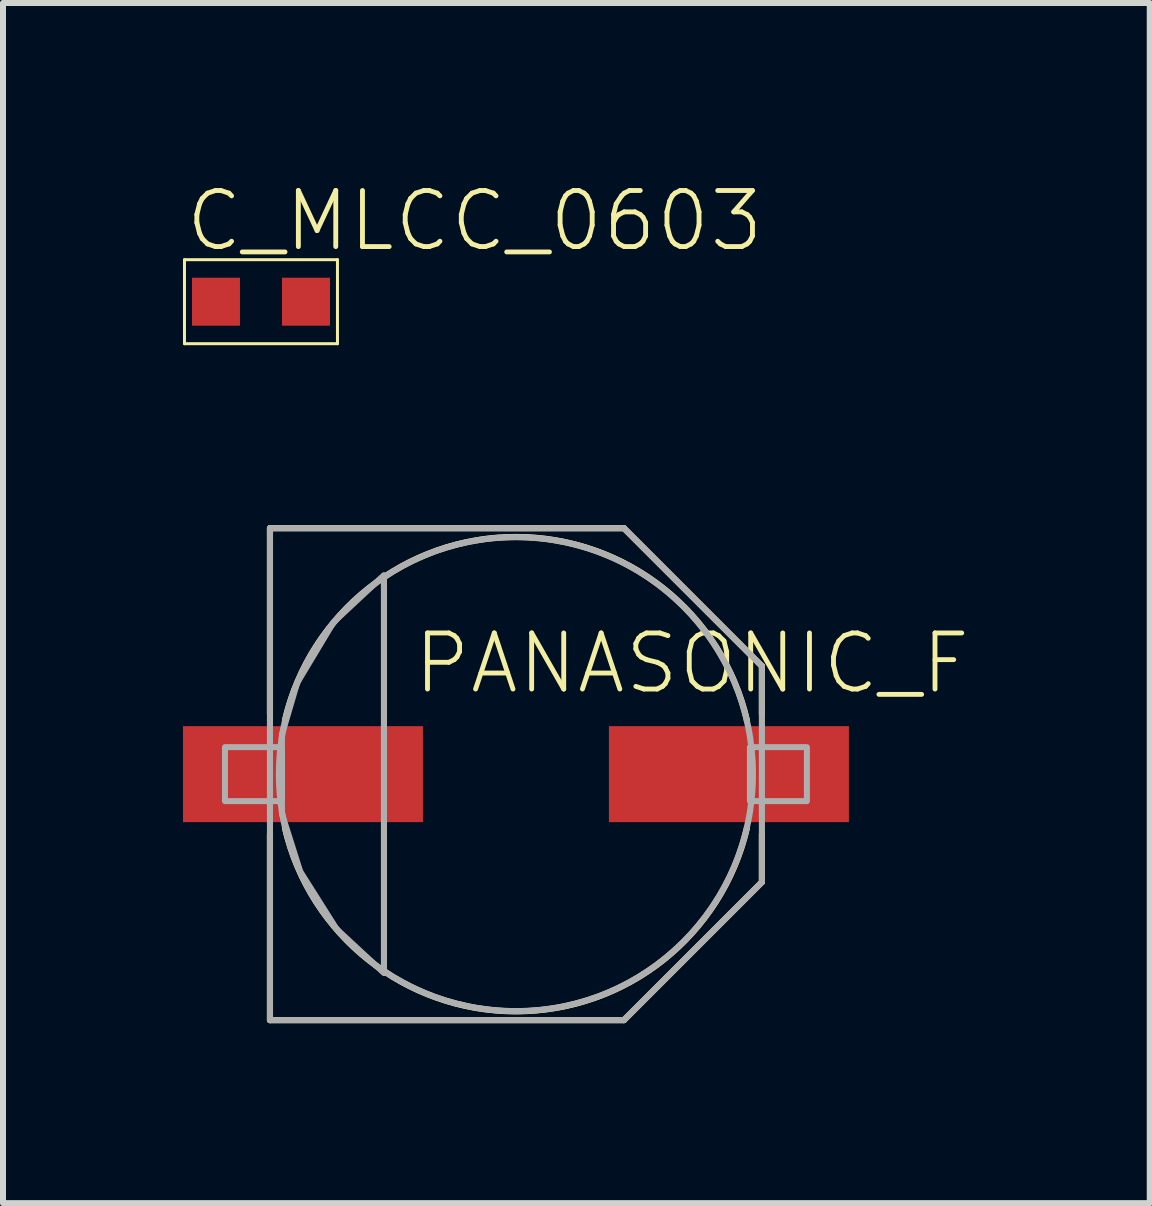
<source format=kicad_pcb>
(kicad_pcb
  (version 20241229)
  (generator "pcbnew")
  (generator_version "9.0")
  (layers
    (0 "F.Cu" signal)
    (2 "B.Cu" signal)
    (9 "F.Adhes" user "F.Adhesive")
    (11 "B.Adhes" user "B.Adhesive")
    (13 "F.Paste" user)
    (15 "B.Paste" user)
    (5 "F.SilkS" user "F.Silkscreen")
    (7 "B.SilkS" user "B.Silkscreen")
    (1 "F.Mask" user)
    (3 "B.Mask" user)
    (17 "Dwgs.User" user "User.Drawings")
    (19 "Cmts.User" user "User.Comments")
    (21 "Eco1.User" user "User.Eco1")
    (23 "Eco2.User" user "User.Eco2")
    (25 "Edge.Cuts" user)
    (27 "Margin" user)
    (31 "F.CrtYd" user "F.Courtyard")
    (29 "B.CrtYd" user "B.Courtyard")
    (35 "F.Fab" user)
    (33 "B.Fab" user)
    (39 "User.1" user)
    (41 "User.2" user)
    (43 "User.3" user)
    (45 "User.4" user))
  (footprint "PANASONIC_F"
    (layer "F.Cu")
    (at 5.55 9.854)
    (property "Reference" "PANASONIC_F" (at -1.75 -1.3 0) (layer "F.SilkS") (effects (font (size 0.935 0.935) (thickness 0.081)) (justify left bottom)))
    (fp_line (start -4.1 -4.1) (end 1.8 -4.1) (stroke (width 0.102) (type solid)) (layer "F.SilkS"))
    (fp_line (start -4.1 -1) (end -4.1 -4.1) (stroke (width 0.102) (type solid)) (layer "F.SilkS"))
    (fp_line (start -4.1 4.1) (end -4.1 1) (stroke (width 0.102) (type solid)) (layer "F.SilkS"))
    (fp_line (start 1.8 -4.1) (end 4.1 -1.8) (stroke (width 0.102) (type solid)) (layer "F.SilkS"))
    (fp_line (start 1.8 4.1) (end -4.1 4.1) (stroke (width 0.102) (type solid)) (layer "F.SilkS"))
    (fp_line (start 4.1 -1.8) (end 4.1 -1) (stroke (width 0.102) (type solid)) (layer "F.SilkS"))
    (fp_line (start 4.1 1) (end 4.1 1.8) (stroke (width 0.102) (type solid)) (layer "F.SilkS"))
    (fp_line (start 4.1 1.8) (end 1.8 4.1) (stroke (width 0.102) (type solid)) (layer "F.SilkS"))
    (fp_arc (start -3.85 -0.9) (mid 0 -3.953796) (end 3.85 -0.9) (stroke (width 0.1016) (type solid)) (layer "F.SilkS"))
    (fp_arc (start 3.85 0.9) (mid 0 3.953796) (end -3.85 0.9) (stroke (width 0.1016) (type solid)) (layer "F.SilkS"))
    (fp_line (start -4.1 -4.1) (end 1.8 -4.1) (stroke (width 0.102) (type solid)) (layer "F.Fab"))
    (fp_line (start -4.1 4.1) (end -4.1 -4.1) (stroke (width 0.102) (type solid)) (layer "F.Fab"))
    (fp_line (start -2.2 -3.25) (end -2.2 3.25) (stroke (width 0.102) (type solid)) (layer "F.Fab"))
    (fp_line (start 1.8 -4.1) (end 4.1 -1.8) (stroke (width 0.102) (type solid)) (layer "F.Fab"))
    (fp_line (start 1.8 4.1) (end -4.1 4.1) (stroke (width 0.102) (type solid)) (layer "F.Fab"))
    (fp_line (start 4.1 -1.8) (end 4.1 1.8) (stroke (width 0.102) (type solid)) (layer "F.Fab"))
    (fp_line (start 4.1 1.8) (end 1.8 4.1) (stroke (width 0.102) (type solid)) (layer "F.Fab"))
    (fp_circle (center 0 0) (end 3.95 0) (stroke (width 0.102) (type solid)) (fill no) (layer "F.Fab"))
    (fp_circle (center 0 0) (end 4 0) (stroke (width 0.001) (type solid)) (fill no) (layer "F.Fab"))
    (fp_poly (pts (xy -4.85 0.45) (xy -3.9 0.45) (xy -3.9 -0.45) (xy -4.85 -0.45)) (stroke (width 0.1) (type solid)) (fill no) (layer "F.Fab"))
    (fp_poly (pts (xy 3.9 0.45) (xy 4.85 0.45) (xy 4.85 -0.45) (xy 3.9 -0.45)) (stroke (width 0.1) (type solid)) (fill no) (layer "F.Fab"))
    (fp_poly (pts (xy -2.199 3.316) (xy -2.989 2.583) (xy -3.596 1.622) (xy -3.901 0.658) (xy -3.901 -0.657) (xy -3.647 -1.521) (xy -3.04 -2.532) (xy -2.199 -3.317)) (stroke (width 0.1) (type solid)) (fill no) (layer "F.Fab"))
    (pad "+" smd rect (at 3.55 0) (size 4 1.6) (layers "F.Cu" "F.Mask" "F.Paste"))
    (pad "-" smd rect (at -3.55 0) (size 4 1.6) (layers "F.Cu" "F.Mask" "F.Paste")))
  (footprint "C_MLCC_0603"
    (layer "F.Cu")
    (at 1.3 1.979)
    (property "Reference" "C_MLCC_0603" (at -1.3 -0.8 0) (layer "F.SilkS") (effects (font (size 0.935 0.935) (thickness 0.081)) (justify left bottom)))
    (fp_line (start -1.275 -0.7) (end -1.275 0.7) (stroke (width 0.05) (type solid)) (layer "F.SilkS"))
    (fp_line (start -1.275 0.7) (end 1.275 0.7) (stroke (width 0.05) (type solid)) (layer "F.SilkS"))
    (fp_line (start 1.275 -0.7) (end -1.275 -0.7) (stroke (width 0.05) (type solid)) (layer "F.SilkS"))
    (fp_line (start 1.275 0.7) (end 1.275 -0.7) (stroke (width 0.05) (type solid)) (layer "F.SilkS"))
    (pad "P$1" smd rect (at -0.75 0) (size 0.8 0.8) (layers "F.Cu" "F.Mask" "F.Paste"))
    (pad "P$2" smd rect (at 0.75 0) (size 0.8 0.8) (layers "F.Cu" "F.Mask" "F.Paste")))
  (gr_rect
    (start -3 -3)
    (end 16.115 17.005)
    (stroke (width 0.1) (type default))
    (fill no)
    (layer "Edge.Cuts")))
</source>
